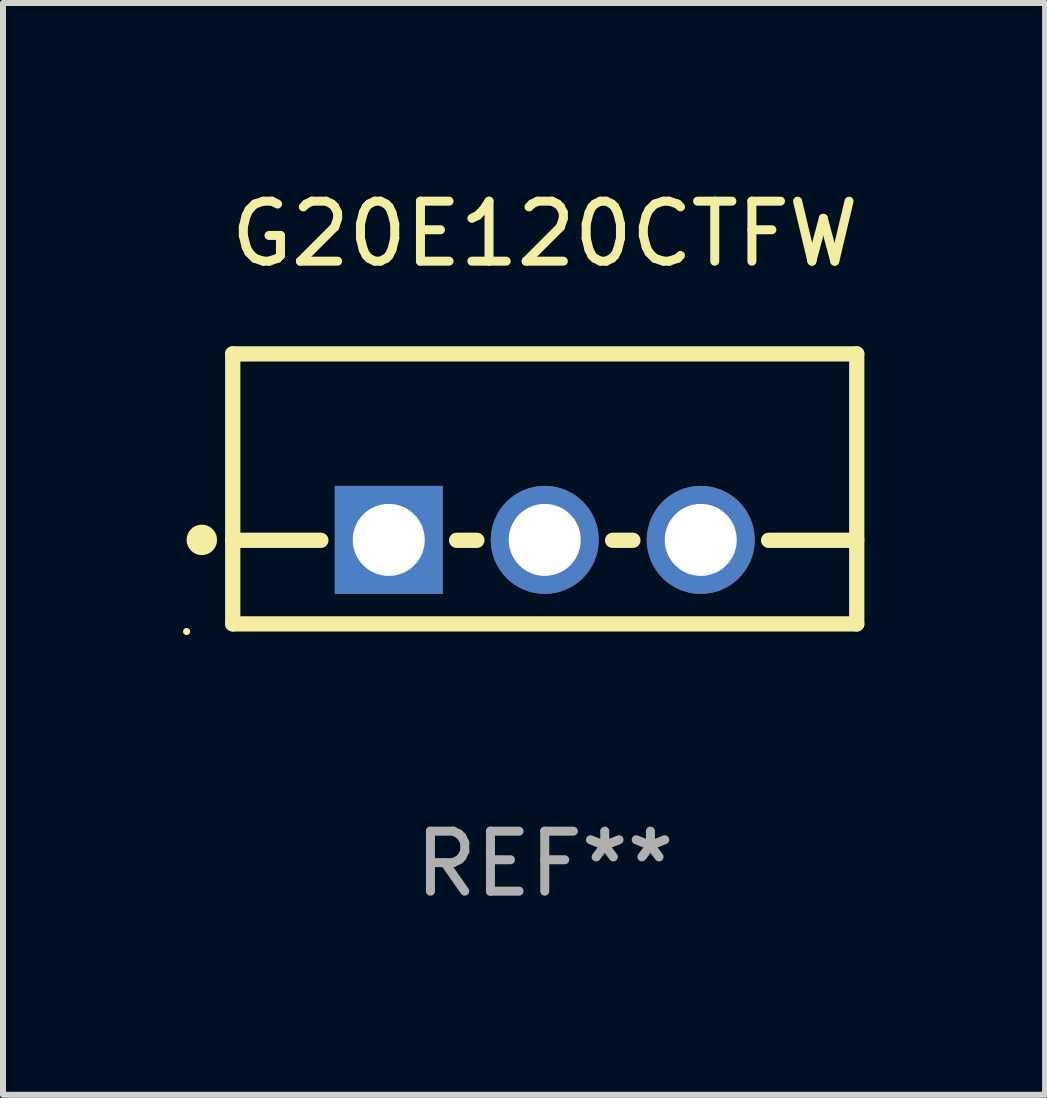
<source format=kicad_pcb>
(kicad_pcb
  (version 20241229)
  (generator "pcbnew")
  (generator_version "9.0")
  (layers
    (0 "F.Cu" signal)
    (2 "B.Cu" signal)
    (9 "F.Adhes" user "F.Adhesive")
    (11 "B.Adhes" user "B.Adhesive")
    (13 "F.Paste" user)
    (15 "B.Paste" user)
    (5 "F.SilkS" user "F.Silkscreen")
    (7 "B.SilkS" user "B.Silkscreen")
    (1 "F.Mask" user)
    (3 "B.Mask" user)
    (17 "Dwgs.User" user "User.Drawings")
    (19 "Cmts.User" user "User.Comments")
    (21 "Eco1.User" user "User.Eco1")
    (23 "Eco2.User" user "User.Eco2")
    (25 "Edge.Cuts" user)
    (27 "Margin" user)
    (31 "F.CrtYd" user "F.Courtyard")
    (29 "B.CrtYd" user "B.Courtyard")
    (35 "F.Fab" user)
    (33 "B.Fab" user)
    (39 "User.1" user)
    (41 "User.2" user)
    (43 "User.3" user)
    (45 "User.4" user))
  (footprint "G20E120CTFW"
    (layer "F.Cu")
    (at 6.029 5.098)
    (property "Reference" "G20E120CTFW" (at 0 -4.25 0) (layer "F.SilkS") (effects (font (size 1 1) (thickness 0.15))))
    (attr through_hole)
    (fp_line (start -5.2 -2.25) (end -5.2 2.25) (stroke (width 0.254) (type solid)) (layer "F.SilkS"))
    (fp_line (start -5.2 -2.25) (end 5.2 -2.25) (stroke (width 0.254) (type solid)) (layer "F.SilkS"))
    (fp_line (start -5.2 0.857) (end -3.731 0.857) (stroke (width 0.254) (type solid)) (layer "F.SilkS"))
    (fp_line (start -5.2 2.25) (end 5.2 2.25) (stroke (width 0.254) (type solid)) (layer "F.SilkS"))
    (fp_line (start -1.469 0.857) (end -1.131 0.857) (stroke (width 0.254) (type solid)) (layer "F.SilkS"))
    (fp_line (start 1.131 0.857) (end 1.469 0.857) (stroke (width 0.254) (type solid)) (layer "F.SilkS"))
    (fp_line (start 3.731 0.857) (end 5.2 0.857) (stroke (width 0.254) (type solid)) (layer "F.SilkS"))
    (fp_line (start 5.2 -2.25) (end 5.2 2.25) (stroke (width 0.254) (type solid)) (layer "F.SilkS"))
    (fp_circle (center -5.969 2.377) (end -5.939 2.377) (stroke (width 0.06) (type solid)) (fill no) (layer "F.SilkS"))
    (fp_circle (center -5.715 0.85) (end -5.588 0.85) (stroke (width 0.254) (type solid)) (fill no) (layer "F.SilkS"))
    (fp_text user "REF**" (at 0 6.25 0) (layer "F.Fab") (effects (font (size 1 1) (thickness 0.15))))
    (pad "1" thru_hole rect (at -2.6 0.85) (size 1.8 1.8) (drill 1.2) (layers "*.Cu" "*.Mask"))
    (pad "2" thru_hole circle (at 0 0.85) (size 1.8 1.8) (drill 1.2) (layers "*.Cu" "*.Mask"))
    (pad "3" thru_hole circle (at 2.6 0.85) (size 1.8 1.8) (drill 1.2) (layers "*.Cu" "*.Mask")))
  (gr_rect
    (start -3 -3)
    (end 14.368 15.197)
    (stroke (width 0.1) (type default))
    (fill no)
    (layer "Edge.Cuts")))
</source>
